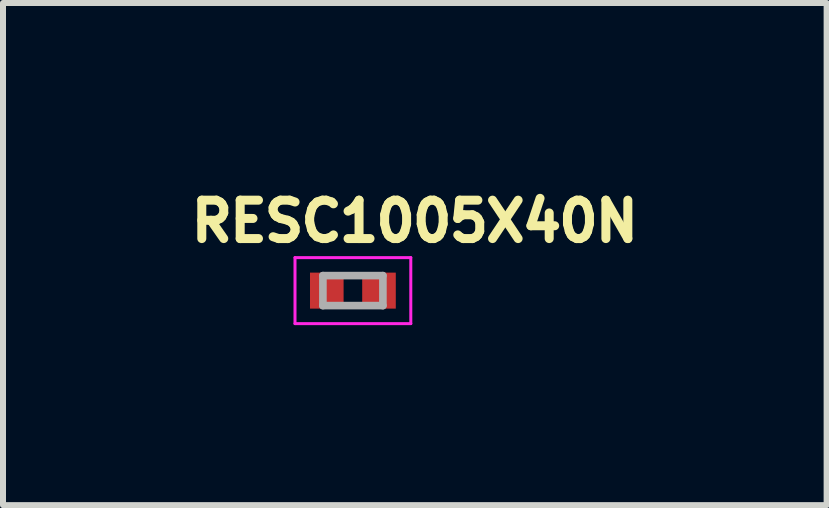
<source format=kicad_pcb>
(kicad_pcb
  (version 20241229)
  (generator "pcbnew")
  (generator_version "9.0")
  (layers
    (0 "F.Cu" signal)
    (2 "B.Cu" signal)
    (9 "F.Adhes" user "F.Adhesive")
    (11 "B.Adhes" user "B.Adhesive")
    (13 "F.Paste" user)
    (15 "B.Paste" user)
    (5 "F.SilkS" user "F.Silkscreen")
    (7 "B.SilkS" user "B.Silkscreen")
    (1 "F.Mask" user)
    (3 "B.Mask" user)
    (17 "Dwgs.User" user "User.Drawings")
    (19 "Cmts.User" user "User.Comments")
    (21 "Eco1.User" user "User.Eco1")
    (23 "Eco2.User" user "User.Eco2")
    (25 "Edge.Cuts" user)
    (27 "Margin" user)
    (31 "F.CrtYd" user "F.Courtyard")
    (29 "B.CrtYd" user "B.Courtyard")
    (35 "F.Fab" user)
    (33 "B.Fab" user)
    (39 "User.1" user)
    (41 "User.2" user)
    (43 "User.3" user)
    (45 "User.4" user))
  (footprint "RESC1005X40N"
    (layer "F.Cu")
    (at 2.832 1.794)
    (property "Reference" "RESC1005X40N" (at 1.032 -1.156 0) (layer "F.SilkS") (effects (font (size 0.64 0.64) (thickness 0.15))))
    (attr smd)
    (fp_line (start -0.965 -0.55) (end 0.965 -0.55) (stroke (width 0.05) (type solid)) (layer "F.CrtYd"))
    (fp_line (start -0.965 0.55) (end -0.965 -0.55) (stroke (width 0.05) (type solid)) (layer "F.CrtYd"))
    (fp_line (start 0.965 -0.55) (end 0.965 0.55) (stroke (width 0.05) (type solid)) (layer "F.CrtYd"))
    (fp_line (start 0.965 0.55) (end -0.965 0.55) (stroke (width 0.05) (type solid)) (layer "F.CrtYd"))
    (fp_line (start -0.5 -0.25) (end 0.5 -0.25) (stroke (width 0.127) (type solid)) (layer "F.Fab"))
    (fp_line (start -0.5 0.25) (end -0.5 -0.25) (stroke (width 0.127) (type solid)) (layer "F.Fab"))
    (fp_line (start 0.5 -0.25) (end 0.5 0.25) (stroke (width 0.127) (type solid)) (layer "F.Fab"))
    (fp_line (start 0.5 0.25) (end -0.5 0.25) (stroke (width 0.127) (type solid)) (layer "F.Fab"))
    (pad "1" smd rect (at -0.435 0) (size 0.56 0.6) (layers "F.Cu" "F.Mask" "F.Paste"))
    (pad "2" smd rect (at 0.435 0) (size 0.56 0.6) (layers "F.Cu" "F.Mask" "F.Paste")))
  (gr_rect
    (start -3 -3)
    (end 10.728 5.369)
    (stroke (width 0.1) (type default))
    (fill no)
    (layer "Edge.Cuts")))
</source>
